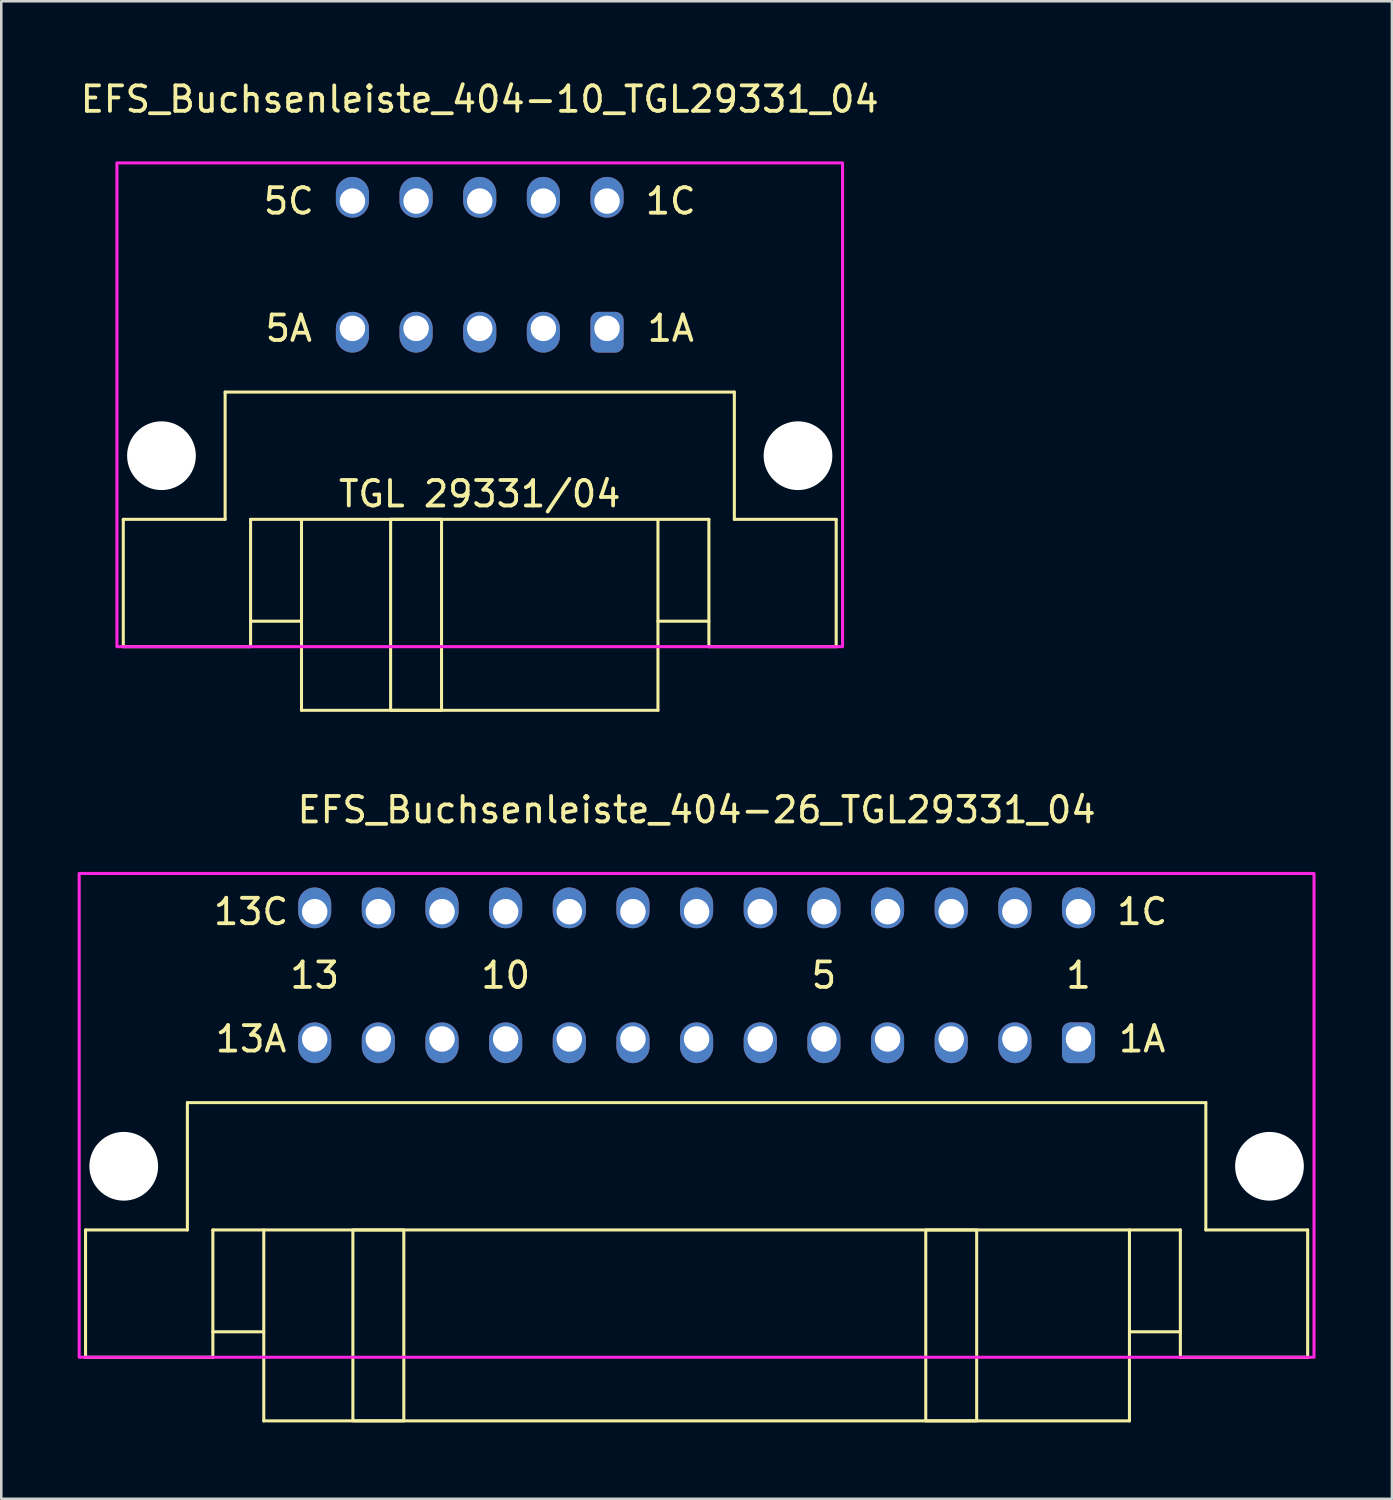
<source format=kicad_pcb>
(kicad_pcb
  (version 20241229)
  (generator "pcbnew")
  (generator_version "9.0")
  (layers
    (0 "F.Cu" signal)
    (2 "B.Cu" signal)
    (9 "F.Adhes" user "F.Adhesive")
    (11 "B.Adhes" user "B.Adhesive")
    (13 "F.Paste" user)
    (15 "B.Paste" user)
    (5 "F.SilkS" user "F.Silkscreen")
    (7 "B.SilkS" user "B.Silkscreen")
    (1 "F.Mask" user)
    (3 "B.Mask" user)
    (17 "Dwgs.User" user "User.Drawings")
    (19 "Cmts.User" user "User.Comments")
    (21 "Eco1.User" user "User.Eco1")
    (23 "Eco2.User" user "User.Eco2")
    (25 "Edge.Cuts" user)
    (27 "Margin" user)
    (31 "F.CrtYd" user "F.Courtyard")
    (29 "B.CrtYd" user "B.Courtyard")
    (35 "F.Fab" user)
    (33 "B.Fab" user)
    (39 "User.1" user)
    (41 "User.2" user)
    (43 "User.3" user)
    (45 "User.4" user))
  (footprint "EFS_Buchsenleiste_404-26_TGL29331_04"
    (layer "F.Cu")
    (at 24.31 50.257)
    (property "Reference" "EFS_Buchsenleiste_404-26_TGL29331_04" (at 0 -21.5 0) (layer "F.SilkS") (effects (font (size 1 1) (thickness 0.15))))
    (attr through_hole)
    (fp_line (start -24 -5) (end -24 0) (stroke (width 0.12) (type solid)) (layer "F.SilkS"))
    (fp_line (start -24 -5) (end -20 -5) (stroke (width 0.12) (type solid)) (layer "F.SilkS"))
    (fp_line (start -24 0) (end -19 0) (stroke (width 0.12) (type solid)) (layer "F.SilkS"))
    (fp_line (start -20 -10) (end -20 -5) (stroke (width 0.12) (type solid)) (layer "F.SilkS"))
    (fp_line (start -19 -5) (end -19 0) (stroke (width 0.12) (type solid)) (layer "F.SilkS"))
    (fp_line (start -19 -5) (end 19 -5) (stroke (width 0.12) (type solid)) (layer "F.SilkS"))
    (fp_line (start -17 -1) (end -19 -1) (stroke (width 0.12) (type solid)) (layer "F.SilkS"))
    (fp_line (start -17 2.5) (end -17 -5) (stroke (width 0.12) (type solid)) (layer "F.SilkS"))
    (fp_line (start -17 2.5) (end 17 2.5) (stroke (width 0.12) (type solid)) (layer "F.SilkS"))
    (fp_line (start 17 2.5) (end 17 -5) (stroke (width 0.12) (type solid)) (layer "F.SilkS"))
    (fp_line (start 19 -5) (end 19 0) (stroke (width 0.12) (type solid)) (layer "F.SilkS"))
    (fp_line (start 19 -1) (end 17 -1) (stroke (width 0.12) (type solid)) (layer "F.SilkS"))
    (fp_line (start 19 0) (end 24 0) (stroke (width 0.12) (type solid)) (layer "F.SilkS"))
    (fp_line (start 20 -10) (end -20 -10) (stroke (width 0.12) (type solid)) (layer "F.SilkS"))
    (fp_line (start 20 -10) (end 20 -5) (stroke (width 0.12) (type solid)) (layer "F.SilkS"))
    (fp_line (start 20 -5) (end 24 -5) (stroke (width 0.12) (type solid)) (layer "F.SilkS"))
    (fp_line (start 24 -5) (end 24 0) (stroke (width 0.12) (type solid)) (layer "F.SilkS"))
    (fp_rect (start -13.5 -5) (end -11.5 2.5) (stroke (width 0.12) (type solid)) (fill no) (layer "F.SilkS"))
    (fp_rect (start 9 -5) (end 11 2.5) (stroke (width 0.12) (type solid)) (fill no) (layer "F.SilkS"))
    (fp_rect (start -24.25 -19) (end 24.25 0) (stroke (width 0.12) (type solid)) (fill no) (layer "F.CrtYd"))
    (fp_text user "13C" (at -17.5 -17.5 180) (layer "F.SilkS") (effects (font (size 1 1) (thickness 0.15))))
    (fp_text user "1A" (at 17.5 -12.5 180) (layer "F.SilkS") (effects (font (size 1 1) (thickness 0.15))))
    (fp_text user "1C" (at 17.5 -17.5 180) (layer "F.SilkS") (effects (font (size 1 1) (thickness 0.15))))
    (fp_text user "10" (at -7.5 -15 180) (layer "F.SilkS") (effects (font (size 1 1) (thickness 0.15))))
    (fp_text user "1" (at 15 -15 180) (layer "F.SilkS") (effects (font (size 1 1) (thickness 0.15))))
    (fp_text user "13A" (at -17.5 -12.5 180) (layer "F.SilkS") (effects (font (size 1 1) (thickness 0.15))))
    (fp_text user "5" (at 5 -15 180) (layer "F.SilkS") (effects (font (size 1 1) (thickness 0.15))))
    (fp_text user "13" (at -15 -15 180) (layer "F.SilkS") (effects (font (size 1 1) (thickness 0.15))))
    (pad "" np_thru_hole circle (at -22.5 -7.5 180) (size 2.7 2.7) (drill 2.7) (layers "*.Cu" "*.Mask"))
    (pad "" np_thru_hole circle (at 22.5 -7.5 180) (size 2.7 2.7) (drill 2.7) (layers "*.Cu" "*.Mask"))
    (pad "1a" thru_hole roundrect (at 15 -12.5 180) (size 1.3 1.6) (drill 1 (offset 0 -0.15)) (layers "*.Cu" "*.Mask") (roundrect_rratio 0.25))
    (pad "1c" thru_hole oval (at 15 -17.5 180) (size 1.3 1.6) (drill 1 (offset 0 0.15)) (layers "*.Cu" "*.Mask"))
    (pad "2a" thru_hole oval (at 12.5 -12.5 180) (size 1.3 1.6) (drill 1 (offset 0 -0.15)) (layers "*.Cu" "*.Mask"))
    (pad "2c" thru_hole oval (at 12.5 -17.5 180) (size 1.3 1.6) (drill 1 (offset 0 0.15)) (layers "*.Cu" "*.Mask"))
    (pad "3a" thru_hole oval (at 10 -12.5 180) (size 1.3 1.6) (drill 1 (offset 0 -0.15)) (layers "*.Cu" "*.Mask"))
    (pad "3c" thru_hole oval (at 10 -17.5 180) (size 1.3 1.6) (drill 1 (offset 0 0.15)) (layers "*.Cu" "*.Mask"))
    (pad "4a" thru_hole oval (at 7.5 -12.5 180) (size 1.3 1.6) (drill 1 (offset 0 -0.15)) (layers "*.Cu" "*.Mask"))
    (pad "4c" thru_hole oval (at 7.5 -17.5 180) (size 1.3 1.6) (drill 1 (offset 0 0.15)) (layers "*.Cu" "*.Mask"))
    (pad "5a" thru_hole oval (at 5 -12.5 180) (size 1.3 1.6) (drill 1 (offset 0 -0.15)) (layers "*.Cu" "*.Mask"))
    (pad "5c" thru_hole oval (at 5 -17.5 180) (size 1.3 1.6) (drill 1 (offset 0 0.15)) (layers "*.Cu" "*.Mask"))
    (pad "6a" thru_hole oval (at 2.5 -12.5 180) (size 1.3 1.6) (drill 1 (offset 0 -0.15)) (layers "*.Cu" "*.Mask"))
    (pad "6c" thru_hole oval (at 2.5 -17.5 180) (size 1.3 1.6) (drill 1 (offset 0 0.15)) (layers "*.Cu" "*.Mask"))
    (pad "7a" thru_hole oval (at 0 -12.5 180) (size 1.3 1.6) (drill 1 (offset 0 -0.15)) (layers "*.Cu" "*.Mask"))
    (pad "7c" thru_hole oval (at 0 -17.5 180) (size 1.3 1.6) (drill 1 (offset 0 0.15)) (layers "*.Cu" "*.Mask"))
    (pad "8a" thru_hole oval (at -2.5 -12.5 180) (size 1.3 1.6) (drill 1 (offset 0 -0.15)) (layers "*.Cu" "*.Mask"))
    (pad "8c" thru_hole oval (at -2.5 -17.5 180) (size 1.3 1.6) (drill 1 (offset 0 0.15)) (layers "*.Cu" "*.Mask"))
    (pad "9a" thru_hole oval (at -5 -12.5 180) (size 1.3 1.6) (drill 1 (offset 0 -0.15)) (layers "*.Cu" "*.Mask"))
    (pad "9c" thru_hole oval (at -5 -17.5 180) (size 1.3 1.6) (drill 1 (offset 0 0.15)) (layers "*.Cu" "*.Mask"))
    (pad "10a" thru_hole oval (at -7.5 -12.5 180) (size 1.3 1.6) (drill 1 (offset 0 -0.15)) (layers "*.Cu" "*.Mask"))
    (pad "10c" thru_hole oval (at -7.5 -17.5 180) (size 1.3 1.6) (drill 1 (offset 0 0.15)) (layers "*.Cu" "*.Mask"))
    (pad "11a" thru_hole oval (at -10 -12.5 180) (size 1.3 1.6) (drill 1 (offset 0 -0.15)) (layers "*.Cu" "*.Mask"))
    (pad "11c" thru_hole oval (at -10 -17.5 180) (size 1.3 1.6) (drill 1 (offset 0 0.15)) (layers "*.Cu" "*.Mask"))
    (pad "12a" thru_hole oval (at -12.5 -12.5 180) (size 1.3 1.6) (drill 1 (offset 0 -0.15)) (layers "*.Cu" "*.Mask"))
    (pad "12c" thru_hole oval (at -12.5 -17.5 180) (size 1.3 1.6) (drill 1 (offset 0 0.15)) (layers "*.Cu" "*.Mask"))
    (pad "13a" thru_hole oval (at -15 -12.5 180) (size 1.3 1.6) (drill 1 (offset 0 -0.15)) (layers "*.Cu" "*.Mask"))
    (pad "13c" thru_hole oval (at -15 -17.5 180) (size 1.3 1.6) (drill 1 (offset 0 0.15)) (layers "*.Cu" "*.Mask")))
  (footprint "EFS_Buchsenleiste_404-10_TGL29331_04"
    (layer "F.Cu")
    (at 15.792 22.348)
    (property "Reference" "EFS_Buchsenleiste_404-10_TGL29331_04" (at 0 -21.5 0) (layer "F.SilkS") (effects (font (size 1 1) (thickness 0.15))))
    (attr through_hole)
    (fp_line (start -14 -5) (end -14 0) (stroke (width 0.12) (type solid)) (layer "F.SilkS"))
    (fp_line (start -14 -5) (end -10 -5) (stroke (width 0.12) (type solid)) (layer "F.SilkS"))
    (fp_line (start -14 0) (end -9 0) (stroke (width 0.12) (type solid)) (layer "F.SilkS"))
    (fp_line (start -10 -10) (end -10 -5) (stroke (width 0.12) (type solid)) (layer "F.SilkS"))
    (fp_line (start -9 -5) (end -9 0) (stroke (width 0.12) (type solid)) (layer "F.SilkS"))
    (fp_line (start -9 -5) (end 9 -5) (stroke (width 0.12) (type solid)) (layer "F.SilkS"))
    (fp_line (start -7 -1) (end -9 -1) (stroke (width 0.12) (type solid)) (layer "F.SilkS"))
    (fp_line (start -7 2.5) (end -7 -5) (stroke (width 0.12) (type solid)) (layer "F.SilkS"))
    (fp_line (start -7 2.5) (end 7 2.5) (stroke (width 0.12) (type solid)) (layer "F.SilkS"))
    (fp_line (start 7 2.5) (end 7 -5) (stroke (width 0.12) (type solid)) (layer "F.SilkS"))
    (fp_line (start 9 -5) (end 9 0) (stroke (width 0.12) (type solid)) (layer "F.SilkS"))
    (fp_line (start 9 -1) (end 7 -1) (stroke (width 0.12) (type solid)) (layer "F.SilkS"))
    (fp_line (start 9 0) (end 14 0) (stroke (width 0.12) (type solid)) (layer "F.SilkS"))
    (fp_line (start 10 -10) (end -10 -10) (stroke (width 0.12) (type solid)) (layer "F.SilkS"))
    (fp_line (start 10 -10) (end 10 -5) (stroke (width 0.12) (type solid)) (layer "F.SilkS"))
    (fp_line (start 10 -5) (end 14 -5) (stroke (width 0.12) (type solid)) (layer "F.SilkS"))
    (fp_line (start 14 -5) (end 14 0) (stroke (width 0.12) (type solid)) (layer "F.SilkS"))
    (fp_rect (start -3.5 -5) (end -1.5 2.5) (stroke (width 0.12) (type solid)) (fill no) (layer "F.SilkS"))
    (fp_rect (start -14.25 -19) (end 14.25 0) (stroke (width 0.12) (type solid)) (fill no) (layer "F.CrtYd"))
    (fp_text user "TGL 29331/04" (at 0 -6 0) (unlocked yes) (layer "F.SilkS") (effects (font (size 1 1) (thickness 0.15))))
    (fp_text user "5A" (at -7.5 -12.5 180) (layer "F.SilkS") (effects (font (size 1 1) (thickness 0.15))))
    (fp_text user "5C" (at -7.5 -17.5 180) (layer "F.SilkS") (effects (font (size 1 1) (thickness 0.15))))
    (fp_text user "1A" (at 7.5 -12.5 180) (layer "F.SilkS") (effects (font (size 1 1) (thickness 0.15))))
    (fp_text user "1C" (at 7.5 -17.5 180) (layer "F.SilkS") (effects (font (size 1 1) (thickness 0.15))))
    (pad "" np_thru_hole circle (at -12.5 -7.5 180) (size 2.7 2.7) (drill 2.7) (layers "*.Cu" "*.Mask"))
    (pad "" np_thru_hole circle (at 12.5 -7.5 180) (size 2.7 2.7) (drill 2.7) (layers "*.Cu" "*.Mask"))
    (pad "1a" thru_hole roundrect (at 5 -12.5 180) (size 1.3 1.6) (drill 1 (offset 0 -0.15)) (layers "*.Cu" "*.Mask") (roundrect_rratio 0.25))
    (pad "1c" thru_hole oval (at 5 -17.5 180) (size 1.3 1.6) (drill 1 (offset 0 0.15)) (layers "*.Cu" "*.Mask"))
    (pad "2a" thru_hole oval (at 2.5 -12.5 180) (size 1.3 1.6) (drill 1 (offset 0 -0.15)) (layers "*.Cu" "*.Mask"))
    (pad "2c" thru_hole oval (at 2.5 -17.5 180) (size 1.3 1.6) (drill 1 (offset 0 0.15)) (layers "*.Cu" "*.Mask"))
    (pad "3a" thru_hole oval (at 0 -12.5 180) (size 1.3 1.6) (drill 1 (offset 0 -0.15)) (layers "*.Cu" "*.Mask"))
    (pad "3c" thru_hole oval (at 0 -17.5 180) (size 1.3 1.6) (drill 1 (offset 0 0.15)) (layers "*.Cu" "*.Mask"))
    (pad "4a" thru_hole oval (at -2.5 -12.5 180) (size 1.3 1.6) (drill 1 (offset 0 -0.15)) (layers "*.Cu" "*.Mask"))
    (pad "4c" thru_hole oval (at -2.5 -17.5 180) (size 1.3 1.6) (drill 1 (offset 0 0.15)) (layers "*.Cu" "*.Mask"))
    (pad "5a" thru_hole oval (at -5 -12.5 180) (size 1.3 1.6) (drill 1 (offset 0 -0.15)) (layers "*.Cu" "*.Mask"))
    (pad "5c" thru_hole oval (at -5 -17.5 180) (size 1.3 1.6) (drill 1 (offset 0 0.15)) (layers "*.Cu" "*.Mask")))
  (gr_rect
    (start -3 -3)
    (end 51.62 55.816)
    (stroke (width 0.1) (type default))
    (fill no)
    (layer "Edge.Cuts")))
</source>
